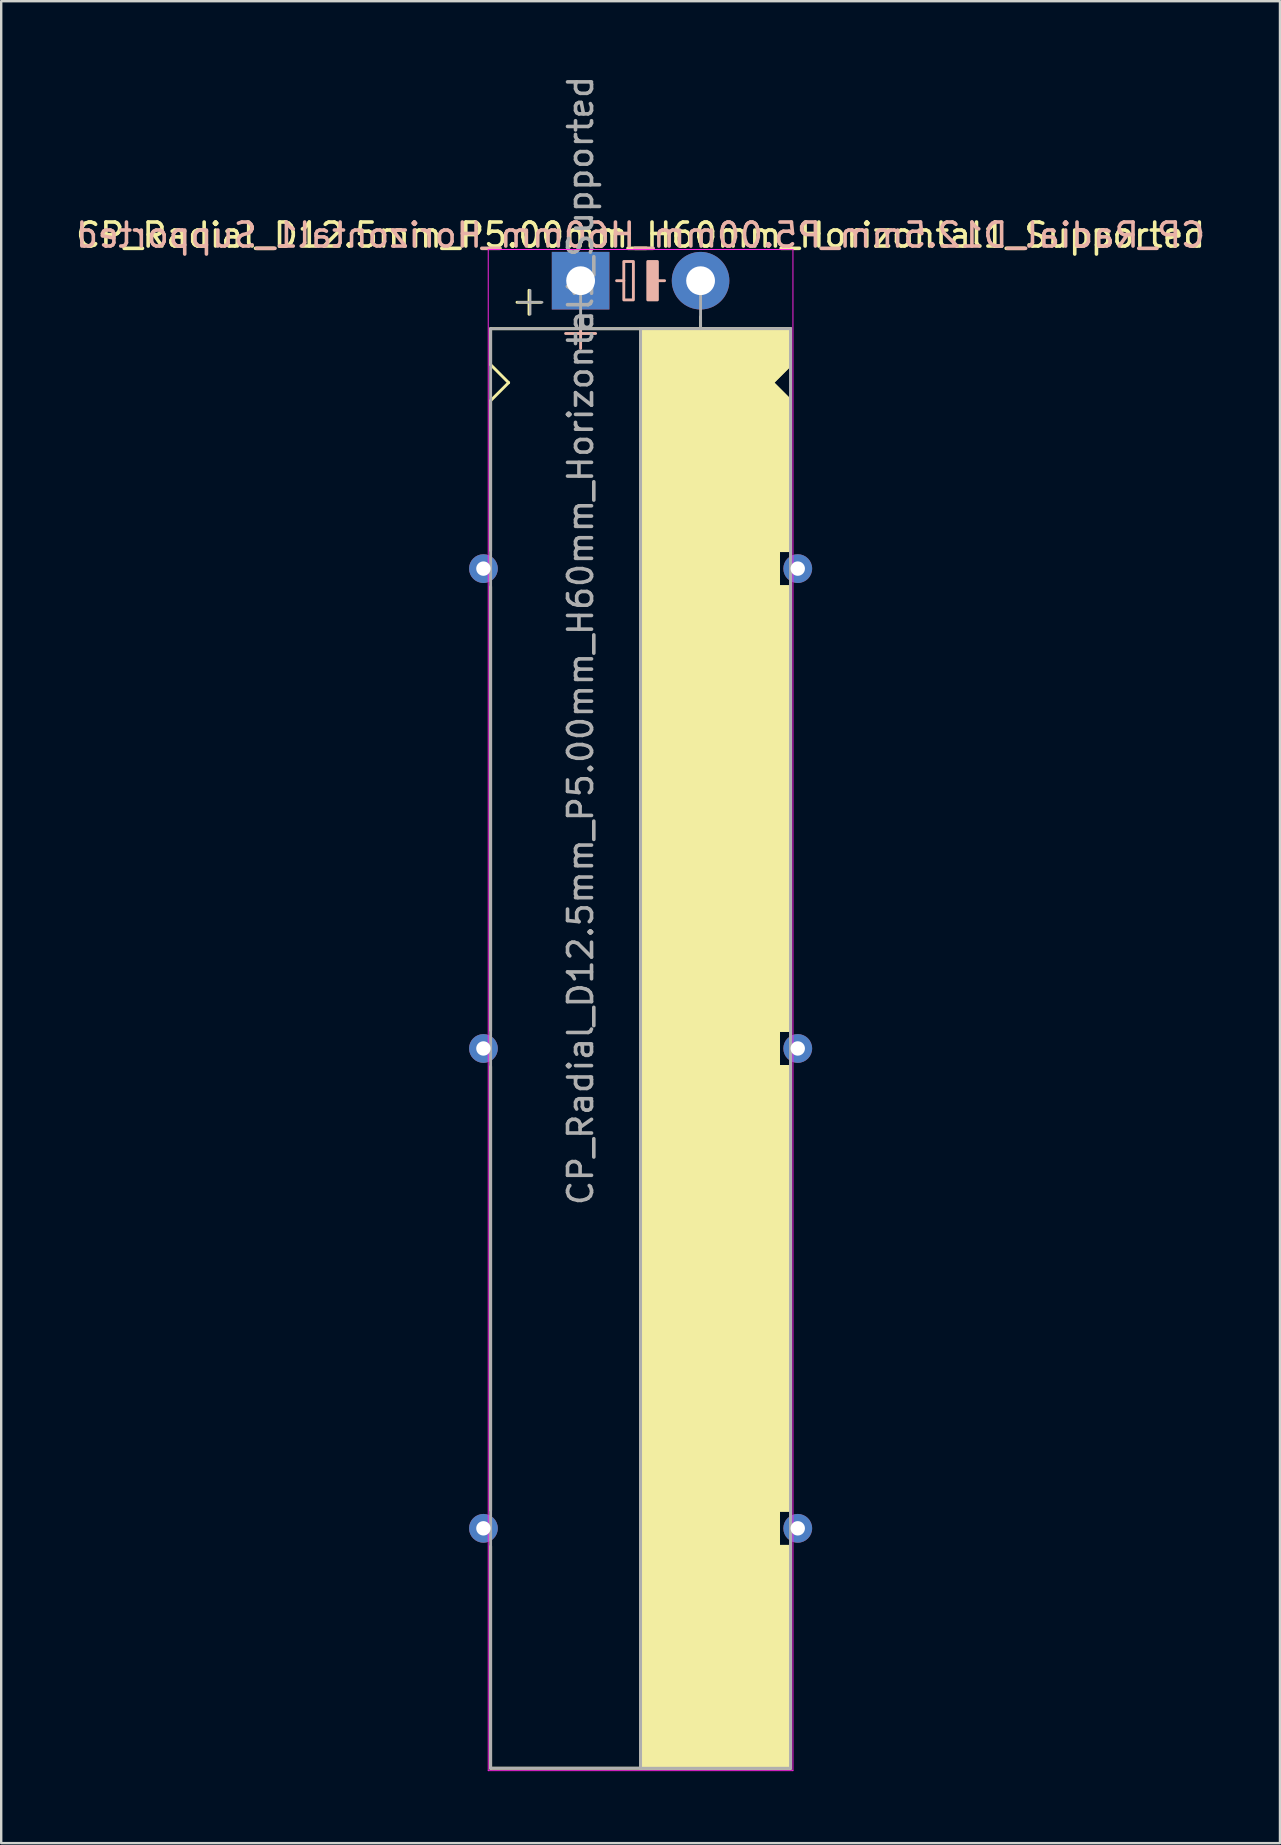
<source format=kicad_pcb>
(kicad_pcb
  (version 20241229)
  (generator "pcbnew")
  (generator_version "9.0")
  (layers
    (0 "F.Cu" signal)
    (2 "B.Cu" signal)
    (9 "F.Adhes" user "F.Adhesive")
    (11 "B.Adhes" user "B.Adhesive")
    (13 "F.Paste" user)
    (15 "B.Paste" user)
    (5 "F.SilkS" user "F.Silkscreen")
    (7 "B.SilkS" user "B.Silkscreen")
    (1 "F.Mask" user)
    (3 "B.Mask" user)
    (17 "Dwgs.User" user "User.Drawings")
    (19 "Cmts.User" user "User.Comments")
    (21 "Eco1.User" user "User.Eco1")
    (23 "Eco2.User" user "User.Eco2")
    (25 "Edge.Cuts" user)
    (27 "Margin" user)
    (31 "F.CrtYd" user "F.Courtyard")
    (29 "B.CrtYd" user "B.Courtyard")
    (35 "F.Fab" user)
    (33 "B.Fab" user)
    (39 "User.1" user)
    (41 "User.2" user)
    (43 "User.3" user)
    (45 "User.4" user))
  (footprint "CP_Radial_D12.5mm_P5.00mm_H60mm_Horizontal1_Supported"
    (layer "F.Cu")
    (at 21.149 8.649)
    (property "Reference" "CP_Radial_D12.5mm_P5.00mm_H60mm_Horizontal1_Supported" (at 2.5 -1.9 180) (layer "F.SilkS") (effects (font (size 1 1) (thickness 0.15))))
    (fp_line (start -3.75 2) (end -3.75 3.5) (stroke (width 0.12) (type solid)) (layer "F.SilkS"))
    (fp_line (start -3.75 3.5) (end -3 4.25) (stroke (width 0.12) (type solid)) (layer "F.SilkS"))
    (fp_line (start -3.75 5) (end -3.75 11.25) (stroke (width 0.12) (type solid)) (layer "F.SilkS"))
    (fp_line (start -3.75 12.75) (end -3.75 31.25) (stroke (width 0.12) (type solid)) (layer "F.SilkS"))
    (fp_line (start -3.75 32.75) (end -3.75 51.25) (stroke (width 0.12) (type solid)) (layer "F.SilkS"))
    (fp_line (start -3.75 62) (end -3.75 52.75) (stroke (width 0.12) (type solid)) (layer "F.SilkS"))
    (fp_line (start -3 4.25) (end -3.75 5) (stroke (width 0.12) (type solid)) (layer "F.SilkS"))
    (fp_line (start -2.15 0.4) (end -2.15 1.4) (stroke (width 0.12) (type solid)) (layer "F.SilkS"))
    (fp_line (start -1.65 0.9) (end -2.65 0.9) (stroke (width 0.12) (type solid)) (layer "F.SilkS"))
    (fp_line (start 0 1.5) (end 0 2) (stroke (width 0.12) (type solid)) (layer "F.SilkS"))
    (fp_line (start 2.5 2) (end -3.75 2) (stroke (width 0.12) (type solid)) (layer "F.SilkS"))
    (fp_line (start 2.5 2) (end 2.5 62) (stroke (width 0.12) (type solid)) (layer "F.SilkS"))
    (fp_line (start 2.5 2) (end 8.75 2) (stroke (width 0.12) (type solid)) (layer "F.SilkS"))
    (fp_line (start 5 1.5) (end 5 2) (stroke (width 0.12) (type solid)) (layer "F.SilkS"))
    (fp_line (start 8 4.25) (end 8.75 5) (stroke (width 0.12) (type solid)) (layer "F.SilkS"))
    (fp_line (start 8.25 11.25) (end 8.75 11.25) (stroke (width 0.12) (type solid)) (layer "F.SilkS"))
    (fp_line (start 8.25 12.75) (end 8.25 11.25) (stroke (width 0.12) (type solid)) (layer "F.SilkS"))
    (fp_line (start 8.25 31.25) (end 8.75 31.25) (stroke (width 0.12) (type solid)) (layer "F.SilkS"))
    (fp_line (start 8.25 32.75) (end 8.25 31.25) (stroke (width 0.12) (type solid)) (layer "F.SilkS"))
    (fp_line (start 8.25 51.25) (end 8.75 51.25) (stroke (width 0.12) (type solid)) (layer "F.SilkS"))
    (fp_line (start 8.25 52.75) (end 8.25 51.25) (stroke (width 0.12) (type solid)) (layer "F.SilkS"))
    (fp_line (start 8.75 2) (end 8.75 3.5) (stroke (width 0.12) (type solid)) (layer "F.SilkS"))
    (fp_line (start 8.75 3.5) (end 8 4.25) (stroke (width 0.12) (type solid)) (layer "F.SilkS"))
    (fp_line (start 8.75 5) (end 8.75 11.25) (stroke (width 0.12) (type solid)) (layer "F.SilkS"))
    (fp_line (start 8.75 12.75) (end 8.25 12.75) (stroke (width 0.12) (type solid)) (layer "F.SilkS"))
    (fp_line (start 8.75 12.75) (end 8.75 31.25) (stroke (width 0.12) (type solid)) (layer "F.SilkS"))
    (fp_line (start 8.75 32.75) (end 8.25 32.75) (stroke (width 0.12) (type solid)) (layer "F.SilkS"))
    (fp_line (start 8.75 51.25) (end 8.75 32.75) (stroke (width 0.12) (type solid)) (layer "F.SilkS"))
    (fp_line (start 8.75 52.75) (end 8.25 52.75) (stroke (width 0.12) (type solid)) (layer "F.SilkS"))
    (fp_line (start 8.75 62) (end -3.75 62) (stroke (width 0.12) (type solid)) (layer "F.SilkS"))
    (fp_line (start 8.75 62) (end 8.75 52.75) (stroke (width 0.12) (type solid)) (layer "F.SilkS"))
    (fp_poly (pts (xy 8.75 3.5) (xy 8 4.25) (xy 8.75 5) (xy 8.75 11.25) (xy 8.25 11.25) (xy 8.25 12.75) (xy 8.75 12.75) (xy 8.75 31.25) (xy 8.25 31.25) (xy 8.25 32.75) (xy 8.75 32.75) (xy 8.75 51.25) (xy 8.25 51.25) (xy 8.25 52.75) (xy 8.75 52.75) (xy 8.75 62) (xy 2.5 62) (xy 2.5 2) (xy 8.75 2)) (stroke (width 0.1) (type solid)) (fill yes) (layer "F.SilkS"))
    (fp_line (start 0 1.575) (end 0 2.825) (stroke (width 0.12) (type solid)) (layer "B.SilkS"))
    (fp_line (start 0.625 2.2) (end -0.625 2.2) (stroke (width 0.12) (type solid)) (layer "B.SilkS"))
    (fp_line (start 1.8 0) (end 1.5 0) (stroke (width 0.12) (type solid)) (layer "B.SilkS"))
    (fp_line (start 3.5 0) (end 3.2 0) (stroke (width 0.12) (type solid)) (layer "B.SilkS"))
    (fp_rect (start 2.2 -0.8) (end 1.8 0.8) (stroke (width 0.12) (type solid)) (fill no) (layer "B.SilkS"))
    (fp_rect (start 3.2 -0.8) (end 2.8 0.8) (stroke (width 0.12) (type solid)) (fill yes) (layer "B.SilkS"))
    (fp_line (start -3.85 -1.3) (end 8.85 -1.3) (stroke (width 0.04) (type solid)) (layer "F.CrtYd"))
    (fp_line (start -3.85 62.1) (end -3.85 -1.3) (stroke (width 0.04) (type solid)) (layer "F.CrtYd"))
    (fp_line (start 8.85 -1.3) (end 8.85 62.1) (stroke (width 0.04) (type solid)) (layer "F.CrtYd"))
    (fp_line (start 8.85 62.1) (end -3.85 62.1) (stroke (width 0.04) (type solid)) (layer "F.CrtYd"))
    (fp_line (start -3.75 2) (end -3.75 62) (stroke (width 0.12) (type solid)) (layer "F.Fab"))
    (fp_line (start -3.75 62) (end 8.75 62) (stroke (width 0.12) (type solid)) (layer "F.Fab"))
    (fp_line (start -2.6 0.9) (end -1.6 0.9) (stroke (width 0.1) (type solid)) (layer "F.Fab"))
    (fp_line (start -2.1 1.4) (end -2.1 0.4) (stroke (width 0.1) (type solid)) (layer "F.Fab"))
    (fp_line (start 0 0) (end 0 2) (stroke (width 0.12) (type solid)) (layer "F.Fab"))
    (fp_line (start 0 2) (end -3.75 2) (stroke (width 0.12) (type solid)) (layer "F.Fab"))
    (fp_line (start 2.5 2) (end 2.5 62) (stroke (width 0.12) (type solid)) (layer "F.Fab"))
    (fp_line (start 5 2) (end 5 0) (stroke (width 0.12) (type solid)) (layer "F.Fab"))
    (fp_line (start 8.75 2) (end 0 2) (stroke (width 0.12) (type solid)) (layer "F.Fab"))
    (fp_line (start 8.75 62) (end 8.75 2) (stroke (width 0.12) (type solid)) (layer "F.Fab"))
    (fp_poly (pts (xy 8.75 62) (xy 2.5 62) (xy 2.5 2) (xy 8.75 2)) (stroke (width 0.1) (type solid)) (fill no) (layer "F.Fab"))
    (fp_text user "${REFERENCE}" (at 2.5 -1.9 0) (layer "B.SilkS") (effects (font (size 1 1) (thickness 0.15)) (justify mirror)))
    (fp_text user "${REFERENCE}" (at 0 15 90) (layer "F.Fab") (effects (font (size 1 1) (thickness 0.15))))
    (pad "1" thru_hole rect (at 0 0) (size 2.4 2.4) (drill 1.2) (layers "*.Cu" "*.Mask"))
    (pad "2" thru_hole circle (at 5 0) (size 2.4 2.4) (drill 1.2) (layers "*.Cu" "*.Mask"))
    (pad "~" thru_hole circle (at -4.05 12) (size 1.2 1.2) (drill 0.6) (layers "*.Cu" "*.Mask"))
    (pad "~" thru_hole circle (at -4.05 32) (size 1.2 1.2) (drill 0.6) (layers "*.Cu" "*.Mask"))
    (pad "~" thru_hole circle (at -4.05 52) (size 1.2 1.2) (drill 0.6) (layers "*.Cu" "*.Mask"))
    (pad "~" thru_hole circle (at 9.05 12) (size 1.2 1.2) (drill 0.6) (layers "*.Cu" "*.Mask"))
    (pad "~" thru_hole circle (at 9.05 32) (size 1.2 1.2) (drill 0.6) (layers "*.Cu" "*.Mask"))
    (pad "~" thru_hole circle (at 9.05 52) (size 1.2 1.2) (drill 0.6) (layers "*.Cu" "*.Mask")))
  (gr_rect
    (start -3 -3)
    (end 50.298 73.769)
    (stroke (width 0.1) (type default))
    (fill no)
    (layer "Edge.Cuts")))
</source>
